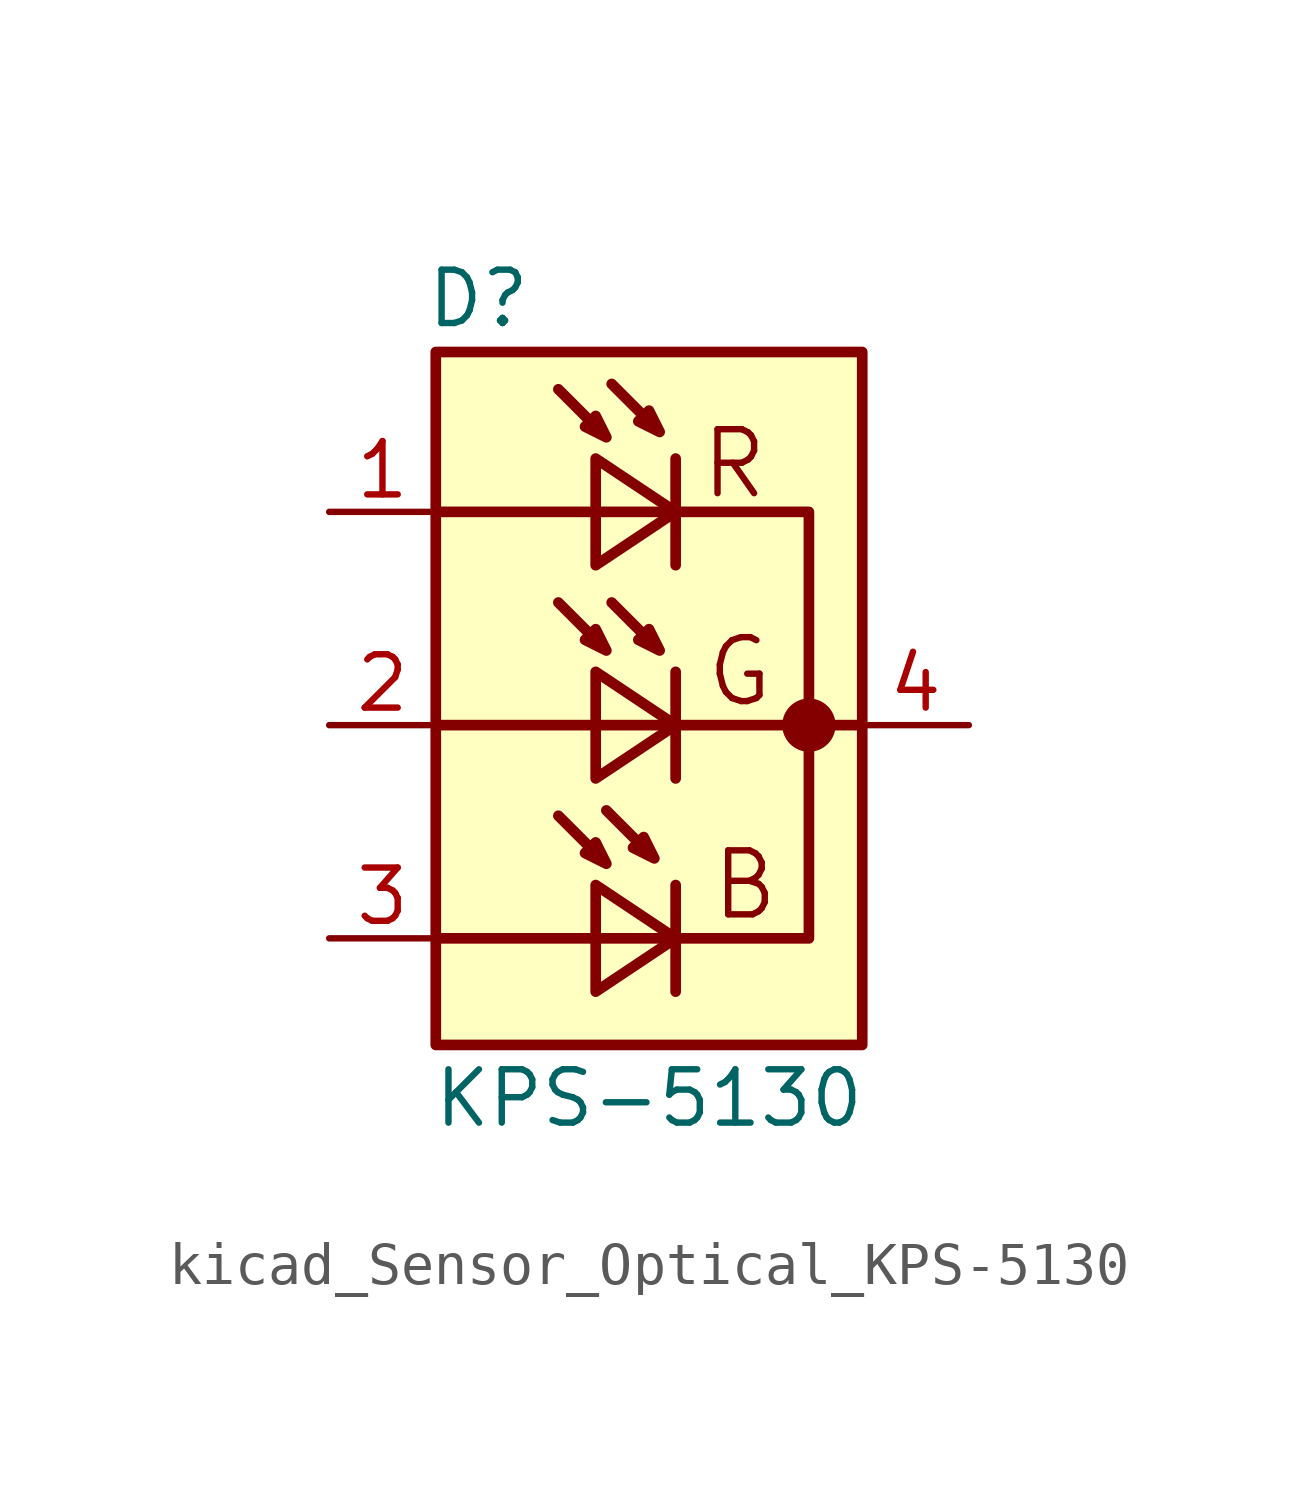
<source format=kicad_sym>
(kicad_symbol_lib
  (version 20220914)
  (generator kicad_symbol_editor)
  (symbol "kicad_Sensor_Optical_KPS-5130"
    (pin_names hide)
    (property "Reference" "D"
      (at -4.064 10.16 0)
      (effects (font (size 1.27 1.27))))
    (property "Value" "KPS-5130"
      (at 0 -8.89 0)
      (effects (font (size 1.27 1.27))))
    (symbol "kicad_Sensor_Optical_KPS-5130_0_0"
      (text "B" (at 2.286 -3.81 0) (effects (font (size 1.524 1.524))))
      (text "G" (at 2.159 1.27 0) (effects (font (size 1.524 1.524))))
      (text "R" (at 2.032 6.223 0) (effects (font (size 1.524 1.524)))))
    (symbol "kicad_Sensor_Optical_KPS-5130_0_1"
      (polyline (pts (xy 5.08 0) (xy -5.08 0)) (stroke (width 0.254) (type default)) (fill (type none)))
      (polyline (pts (xy -5.08 5.08) (xy 3.81 5.08) (xy 3.81 -5.08) (xy -5.08 -5.08)) (stroke (width 0.254) (type default)) (fill (type none)))
      (polyline (pts (xy -2.159 -2.159) (xy -1.016 -3.302) (xy -1.27 -2.794) (xy -1.524 -3.048) (xy -1.016 -3.302)) (stroke (width 0.254) (type default)) (fill (type none)))
      (polyline (pts (xy -2.159 2.921) (xy -1.016 1.778) (xy -1.27 2.286) (xy -1.524 2.032) (xy -1.016 1.778)) (stroke (width 0.254) (type default)) (fill (type none)))
      (polyline (pts (xy -2.159 8.001) (xy -1.016 6.858) (xy -1.27 7.366) (xy -1.524 7.112) (xy -1.016 6.858)) (stroke (width 0.254) (type default)) (fill (type none)))
      (polyline (pts (xy -1.016 -2.032) (xy 0.127 -3.175) (xy -0.127 -2.667) (xy -0.381 -2.921) (xy 0.127 -3.175)) (stroke (width 0.254) (type default)) (fill (type none)))
      (polyline (pts (xy -0.889 2.921) (xy 0.254 1.778) (xy 0 2.286) (xy -0.254 2.032) (xy 0.254 1.778)) (stroke (width 0.254) (type default)) (fill (type none)))
      (polyline (pts (xy -0.889 8.128) (xy 0.254 6.985) (xy 0 7.493) (xy -0.254 7.239) (xy 0.254 6.985)) (stroke (width 0.254) (type default)) (fill (type none)))
      (polyline (pts (xy 0.635 -3.81) (xy 0.635 -6.35) (xy 0.635 -5.08) (xy -1.27 -3.81) (xy -1.27 -6.35) (xy 0.635 -5.08)) (stroke (width 0.254) (type default)) (fill (type none)))
      (polyline (pts (xy 0.635 1.27) (xy 0.635 -1.27) (xy 0.635 0) (xy -1.27 1.27) (xy -1.27 -1.27) (xy 0.635 0)) (stroke (width 0.254) (type default)) (fill (type none)))
      (polyline (pts (xy 0.635 6.35) (xy 0.635 3.81) (xy 0.635 5.08) (xy -1.27 6.35) (xy -1.27 3.81) (xy 0.635 5.08)) (stroke (width 0.254) (type default)) (fill (type none)))
      (circle (center 3.81 0) (radius 0.508) (stroke (width 0.254) (type default)) (fill (type outline))))
    (symbol "kicad_Sensor_Optical_KPS-5130_1_1"
      (rectangle (start 5.08 8.89) (end -5.08 -7.62) (stroke (width 0.254) (type default)) (fill (type background)))
      (pin passive line (at -7.62 5.08 0) (length 2.54) (name "AR" (effects (font (size 1.27 1.27)))) (number "1" (effects (font (size 1.27 1.27)))))
      (pin passive line (at -7.62 0 0) (length 2.54) (name "AG" (effects (font (size 1.27 1.27)))) (number "2" (effects (font (size 1.27 1.27)))))
      (pin passive line (at -7.62 -5.08 0) (length 2.54) (name "AB" (effects (font (size 1.27 1.27)))) (number "3" (effects (font (size 1.27 1.27)))))
      (pin passive line (at 7.62 0 180) (length 2.54) (name "C" (effects (font (size 1.27 1.27)))) (number "4" (effects (font (size 1.27 1.27))))))))
</source>
